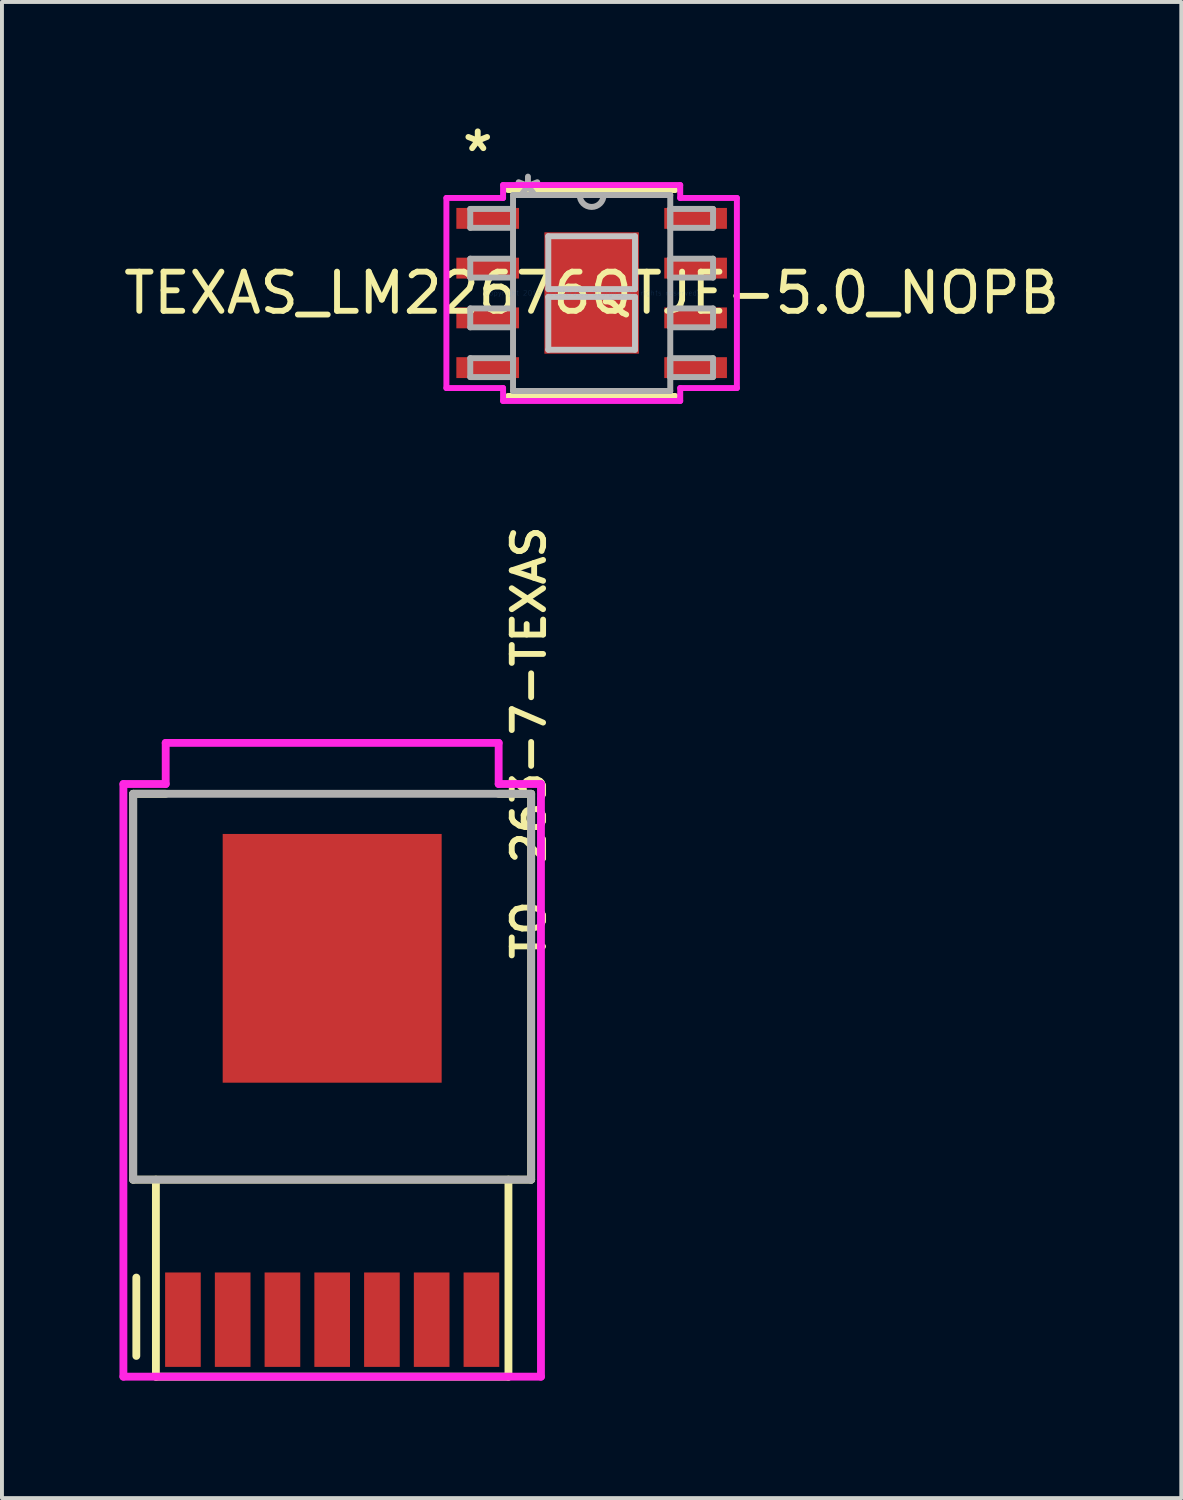
<source format=kicad_pcb>
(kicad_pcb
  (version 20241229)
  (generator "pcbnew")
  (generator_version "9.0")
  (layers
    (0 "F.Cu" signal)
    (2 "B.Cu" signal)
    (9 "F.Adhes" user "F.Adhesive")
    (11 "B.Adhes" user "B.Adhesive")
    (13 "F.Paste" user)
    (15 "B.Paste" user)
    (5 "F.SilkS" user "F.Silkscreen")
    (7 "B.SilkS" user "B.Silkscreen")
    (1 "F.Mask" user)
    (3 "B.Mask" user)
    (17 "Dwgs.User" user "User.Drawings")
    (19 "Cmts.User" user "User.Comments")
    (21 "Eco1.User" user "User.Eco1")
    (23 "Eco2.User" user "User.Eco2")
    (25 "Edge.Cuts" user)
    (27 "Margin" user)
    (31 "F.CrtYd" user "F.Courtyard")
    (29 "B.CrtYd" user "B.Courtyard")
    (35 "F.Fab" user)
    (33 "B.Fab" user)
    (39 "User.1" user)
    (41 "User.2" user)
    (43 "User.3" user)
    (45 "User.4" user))
  (footprint "TO-263-7-TEXAS"
    (layer "F.Cu")
    (at 5.43 24.415)
    (property "Reference" "TO-263-7-TEXAS" (at 5.022 -8.504 90) (layer "F.SilkS") (effects (font (size 0.8 0.8) (thickness 0.15))))
    (attr smd)
    (fp_line (start -5.08 -7.2) (end -4.25 -7.2) (stroke (width 0.2) (type solid)) (layer "F.SilkS"))
    (fp_line (start -5.08 2.65) (end -5.08 -7.2) (stroke (width 0.2) (type solid)) (layer "F.SilkS"))
    (fp_line (start -5 7.15) (end -5 5.15) (stroke (width 0.2) (type solid)) (layer "F.SilkS"))
    (fp_line (start -4.5 2.65) (end -4.5 7.68) (stroke (width 0.2) (type solid)) (layer "F.SilkS"))
    (fp_line (start -4.5 7.68) (end 4.5 7.68) (stroke (width 0.2) (type solid)) (layer "F.SilkS"))
    (fp_line (start 4.25 -7.2) (end 5.08 -7.2) (stroke (width 0.2) (type solid)) (layer "F.SilkS"))
    (fp_line (start 4.5 7.68) (end 4.5 2.65) (stroke (width 0.2) (type solid)) (layer "F.SilkS"))
    (fp_line (start 5.08 -7.2) (end 5.08 2.65) (stroke (width 0.2) (type solid)) (layer "F.SilkS"))
    (fp_line (start 5.08 2.65) (end -5.08 2.65) (stroke (width 0.2) (type solid)) (layer "F.SilkS"))
    (fp_line (start -5.33 -7.45) (end -4.25 -7.45) (stroke (width 0.2) (type solid)) (layer "F.CrtYd"))
    (fp_line (start -5.33 7.68) (end -5.33 -7.45) (stroke (width 0.2) (type solid)) (layer "F.CrtYd"))
    (fp_line (start -4.25 -8.5) (end -4.25 -7.45) (stroke (width 0.2) (type solid)) (layer "F.CrtYd"))
    (fp_line (start 4.25 -8.5) (end -4.25 -8.5) (stroke (width 0.2) (type solid)) (layer "F.CrtYd"))
    (fp_line (start 4.25 -7.45) (end 4.25 -8.5) (stroke (width 0.2) (type solid)) (layer "F.CrtYd"))
    (fp_line (start 4.25 -7.45) (end 5.33 -7.45) (stroke (width 0.2) (type solid)) (layer "F.CrtYd"))
    (fp_line (start 5.33 -7.45) (end 5.33 7.68) (stroke (width 0.2) (type solid)) (layer "F.CrtYd"))
    (fp_line (start 5.33 7.68) (end -5.33 7.68) (stroke (width 0.2) (type solid)) (layer "F.CrtYd"))
    (fp_line (start -5.08 -7.2) (end 5.08 -7.2) (stroke (width 0.2) (type solid)) (layer "F.Fab"))
    (fp_line (start -5.08 2.65) (end -5.08 -7.2) (stroke (width 0.2) (type solid)) (layer "F.Fab"))
    (fp_line (start 5.08 -7.2) (end 5.08 2.65) (stroke (width 0.2) (type solid)) (layer "F.Fab"))
    (fp_line (start 5.08 2.65) (end -5.08 2.65) (stroke (width 0.2) (type solid)) (layer "F.Fab"))
    (pad "1" smd rect (at -3.81 6.225) (size 0.91 2.41) (layers "F.Cu" "F.Mask" "F.Paste"))
    (pad "2" smd rect (at -2.54 6.225) (size 0.91 2.41) (layers "F.Cu" "F.Mask" "F.Paste"))
    (pad "3" smd rect (at -1.27 6.225) (size 0.91 2.41) (layers "F.Cu" "F.Mask" "F.Paste"))
    (pad "4" smd rect (at 0 6.225) (size 0.91 2.41) (layers "F.Cu" "F.Mask" "F.Paste"))
    (pad "5" smd rect (at 1.27 6.225) (size 0.91 2.41) (layers "F.Cu" "F.Mask" "F.Paste"))
    (pad "6" smd rect (at 2.54 6.225) (size 0.91 2.41) (layers "F.Cu" "F.Mask" "F.Paste"))
    (pad "7" smd rect (at 3.81 6.225) (size 0.91 2.41) (layers "F.Cu" "F.Mask" "F.Paste"))
    (pad "8" smd rect (at 0 -3) (size 5.59 6.35) (layers "F.Cu" "F.Mask" "F.Paste")))
  (footprint "TEXAS_LM22676QTJE-5.0_NOPB"
    (layer "F.Cu")
    (at 12.054 4.43)
    (property "Reference" "TEXAS_LM22676QTJE-5.0_NOPB" (at 0 0 0) (layer "F.SilkS") (effects (font (size 1 1) (thickness 0.15))))
    (attr through_hole)
    (fp_line (start -2.134 2.629) (end 2.134 2.629) (stroke (width 0.152) (type solid)) (layer "F.SilkS"))
    (fp_line (start 2.134 -2.629) (end -2.134 -2.629) (stroke (width 0.152) (type solid)) (layer "F.SilkS"))
    (fp_line (start -1.107 -1.449) (end -1.107 -0.1) (stroke (width 0.152) (type solid)) (layer "Dwgs.User"))
    (fp_line (start -1.107 -0.1) (end 1.107 -0.1) (stroke (width 0.152) (type solid)) (layer "Dwgs.User"))
    (fp_line (start -1.107 0.1) (end -1.107 1.449) (stroke (width 0.152) (type solid)) (layer "Dwgs.User"))
    (fp_line (start -1.107 1.449) (end 1.107 1.449) (stroke (width 0.152) (type solid)) (layer "Dwgs.User"))
    (fp_line (start 1.107 -1.449) (end -1.107 -1.449) (stroke (width 0.152) (type solid)) (layer "Dwgs.User"))
    (fp_line (start 1.107 -0.1) (end 1.107 -1.449) (stroke (width 0.152) (type solid)) (layer "Dwgs.User"))
    (fp_line (start 1.107 0.1) (end -1.107 0.1) (stroke (width 0.152) (type solid)) (layer "Dwgs.User"))
    (fp_line (start 1.107 1.449) (end 1.107 0.1) (stroke (width 0.152) (type solid)) (layer "Dwgs.User"))
    (fp_line (start -3.708 -2.426) (end -2.261 -2.426) (stroke (width 0.152) (type solid)) (layer "F.CrtYd"))
    (fp_line (start -3.708 2.426) (end -3.708 -2.426) (stroke (width 0.152) (type solid)) (layer "F.CrtYd"))
    (fp_line (start -2.261 -2.756) (end 2.261 -2.756) (stroke (width 0.152) (type solid)) (layer "F.CrtYd"))
    (fp_line (start -2.261 -2.426) (end -2.261 -2.756) (stroke (width 0.152) (type solid)) (layer "F.CrtYd"))
    (fp_line (start -2.261 2.426) (end -3.708 2.426) (stroke (width 0.152) (type solid)) (layer "F.CrtYd"))
    (fp_line (start -2.261 2.756) (end -2.261 2.426) (stroke (width 0.152) (type solid)) (layer "F.CrtYd"))
    (fp_line (start 2.261 -2.756) (end 2.261 -2.426) (stroke (width 0.152) (type solid)) (layer "F.CrtYd"))
    (fp_line (start 2.261 -2.426) (end 3.708 -2.426) (stroke (width 0.152) (type solid)) (layer "F.CrtYd"))
    (fp_line (start 2.261 2.426) (end 2.261 2.756) (stroke (width 0.152) (type solid)) (layer "F.CrtYd"))
    (fp_line (start 2.261 2.756) (end -2.261 2.756) (stroke (width 0.152) (type solid)) (layer "F.CrtYd"))
    (fp_line (start 3.708 -2.426) (end 3.708 2.426) (stroke (width 0.152) (type solid)) (layer "F.CrtYd"))
    (fp_line (start 3.708 2.426) (end 2.261 2.426) (stroke (width 0.152) (type solid)) (layer "F.CrtYd"))
    (fp_line (start -3.099 -2.146) (end -3.099 -1.664) (stroke (width 0.152) (type solid)) (layer "F.Fab"))
    (fp_line (start -3.099 -1.664) (end -2.007 -1.664) (stroke (width 0.152) (type solid)) (layer "F.Fab"))
    (fp_line (start -3.099 -0.876) (end -3.099 -0.394) (stroke (width 0.152) (type solid)) (layer "F.Fab"))
    (fp_line (start -3.099 -0.394) (end -2.007 -0.394) (stroke (width 0.152) (type solid)) (layer "F.Fab"))
    (fp_line (start -3.099 0.394) (end -3.099 0.876) (stroke (width 0.152) (type solid)) (layer "F.Fab"))
    (fp_line (start -3.099 0.876) (end -2.007 0.876) (stroke (width 0.152) (type solid)) (layer "F.Fab"))
    (fp_line (start -3.099 1.664) (end -3.099 2.146) (stroke (width 0.152) (type solid)) (layer "F.Fab"))
    (fp_line (start -3.099 2.146) (end -2.007 2.146) (stroke (width 0.152) (type solid)) (layer "F.Fab"))
    (fp_line (start -2.007 -2.502) (end -2.007 2.502) (stroke (width 0.152) (type solid)) (layer "F.Fab"))
    (fp_line (start -2.007 -2.146) (end -3.099 -2.146) (stroke (width 0.152) (type solid)) (layer "F.Fab"))
    (fp_line (start -2.007 -1.664) (end -2.007 -2.146) (stroke (width 0.152) (type solid)) (layer "F.Fab"))
    (fp_line (start -2.007 -0.876) (end -3.099 -0.876) (stroke (width 0.152) (type solid)) (layer "F.Fab"))
    (fp_line (start -2.007 -0.394) (end -2.007 -0.876) (stroke (width 0.152) (type solid)) (layer "F.Fab"))
    (fp_line (start -2.007 0.394) (end -3.099 0.394) (stroke (width 0.152) (type solid)) (layer "F.Fab"))
    (fp_line (start -2.007 0.876) (end -2.007 0.394) (stroke (width 0.152) (type solid)) (layer "F.Fab"))
    (fp_line (start -2.007 1.664) (end -3.099 1.664) (stroke (width 0.152) (type solid)) (layer "F.Fab"))
    (fp_line (start -2.007 2.146) (end -2.007 1.664) (stroke (width 0.152) (type solid)) (layer "F.Fab"))
    (fp_line (start -2.007 2.502) (end 2.007 2.502) (stroke (width 0.152) (type solid)) (layer "F.Fab"))
    (fp_line (start 2.007 -2.502) (end -2.007 -2.502) (stroke (width 0.152) (type solid)) (layer "F.Fab"))
    (fp_line (start 2.007 -2.146) (end 2.007 -1.664) (stroke (width 0.152) (type solid)) (layer "F.Fab"))
    (fp_line (start 2.007 -1.664) (end 3.099 -1.664) (stroke (width 0.152) (type solid)) (layer "F.Fab"))
    (fp_line (start 2.007 -0.876) (end 2.007 -0.394) (stroke (width 0.152) (type solid)) (layer "F.Fab"))
    (fp_line (start 2.007 -0.394) (end 3.099 -0.394) (stroke (width 0.152) (type solid)) (layer "F.Fab"))
    (fp_line (start 2.007 0.394) (end 2.007 0.876) (stroke (width 0.152) (type solid)) (layer "F.Fab"))
    (fp_line (start 2.007 0.876) (end 3.099 0.876) (stroke (width 0.152) (type solid)) (layer "F.Fab"))
    (fp_line (start 2.007 1.664) (end 2.007 2.146) (stroke (width 0.152) (type solid)) (layer "F.Fab"))
    (fp_line (start 2.007 2.146) (end 3.099 2.146) (stroke (width 0.152) (type solid)) (layer "F.Fab"))
    (fp_line (start 2.007 2.502) (end 2.007 -2.502) (stroke (width 0.152) (type solid)) (layer "F.Fab"))
    (fp_line (start 3.099 -2.146) (end 2.007 -2.146) (stroke (width 0.152) (type solid)) (layer "F.Fab"))
    (fp_line (start 3.099 -1.664) (end 3.099 -2.146) (stroke (width 0.152) (type solid)) (layer "F.Fab"))
    (fp_line (start 3.099 -0.876) (end 2.007 -0.876) (stroke (width 0.152) (type solid)) (layer "F.Fab"))
    (fp_line (start 3.099 -0.394) (end 3.099 -0.876) (stroke (width 0.152) (type solid)) (layer "F.Fab"))
    (fp_line (start 3.099 0.394) (end 2.007 0.394) (stroke (width 0.152) (type solid)) (layer "F.Fab"))
    (fp_line (start 3.099 0.876) (end 3.099 0.394) (stroke (width 0.152) (type solid)) (layer "F.Fab"))
    (fp_line (start 3.099 1.664) (end 2.007 1.664) (stroke (width 0.152) (type solid)) (layer "F.Fab"))
    (fp_line (start 3.099 2.146) (end 3.099 1.664) (stroke (width 0.152) (type solid)) (layer "F.Fab"))
    (fp_arc (start 0.3048 -2.5019) (mid 0 -2.1971) (end -0.3048 -2.5019) (stroke (width 0.1524) (type solid)) (layer "F.Fab"))
    (fp_text user "*" (at -2.908 -3.581 0) (layer "F.SilkS") (effects (font (size 1 1) (thickness 0.15))))
    (fp_text user "Copyright 2016 Accelerated Designs. All rights reserved." (at 0 0 0) (layer "Cmts.User") (effects (font (size 0.127 0.127) (thickness 0.002))))
    (fp_text user "*" (at -1.626 -2.426 0) (layer "F.Fab") (effects (font (size 1 1) (thickness 0.15))))
    (pad "1" smd rect (at -2.654 -1.905) (size 1.6 0.533) (layers "F.Cu" "F.Mask" "F.Paste"))
    (pad "2" smd rect (at -2.654 -0.635) (size 1.6 0.533) (layers "F.Cu" "F.Mask" "F.Paste"))
    (pad "3" smd rect (at -2.654 0.635) (size 1.6 0.533) (layers "F.Cu" "F.Mask" "F.Paste"))
    (pad "4" smd rect (at -2.654 1.905) (size 1.6 0.533) (layers "F.Cu" "F.Mask" "F.Paste"))
    (pad "5" smd rect (at 2.654 1.905) (size 1.6 0.533) (layers "F.Cu" "F.Mask" "F.Paste"))
    (pad "6" smd rect (at 2.654 0.635) (size 1.6 0.533) (layers "F.Cu" "F.Mask" "F.Paste"))
    (pad "7" smd rect (at 2.654 -0.635) (size 1.6 0.533) (layers "F.Cu" "F.Mask" "F.Paste"))
    (pad "8" smd rect (at 2.654 -1.905) (size 1.6 0.533) (layers "F.Cu" "F.Mask" "F.Paste"))
    (pad "EPAD" smd rect (at 0 0) (size 2.413 3.099) (layers "F.Cu" "F.Mask" "F.Paste")))
  (gr_rect
    (start -3 -3)
    (end 27.107 35.195)
    (stroke (width 0.1) (type default))
    (fill no)
    (layer "Edge.Cuts")))
</source>
